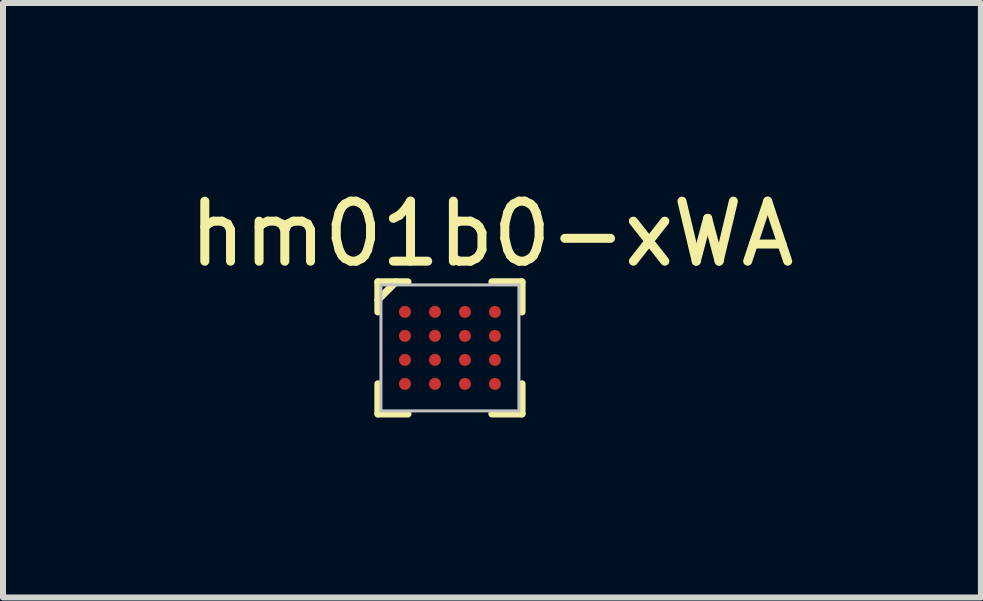
<source format=kicad_pcb>
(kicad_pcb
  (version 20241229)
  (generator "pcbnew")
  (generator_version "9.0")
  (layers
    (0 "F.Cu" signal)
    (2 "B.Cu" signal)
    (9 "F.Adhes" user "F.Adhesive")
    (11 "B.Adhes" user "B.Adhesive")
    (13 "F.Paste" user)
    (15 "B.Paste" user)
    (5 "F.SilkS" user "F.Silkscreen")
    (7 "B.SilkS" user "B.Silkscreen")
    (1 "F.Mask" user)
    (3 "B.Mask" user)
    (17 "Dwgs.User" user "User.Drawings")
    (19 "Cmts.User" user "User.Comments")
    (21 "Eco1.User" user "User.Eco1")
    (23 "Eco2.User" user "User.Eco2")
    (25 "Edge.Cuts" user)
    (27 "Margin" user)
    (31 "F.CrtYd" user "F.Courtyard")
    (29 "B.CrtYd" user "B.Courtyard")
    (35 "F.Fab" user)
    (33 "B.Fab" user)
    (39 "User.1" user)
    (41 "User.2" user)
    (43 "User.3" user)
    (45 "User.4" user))
  (footprint "hm01b0-xWA"
    (layer "F.Cu")
    (at 4.449 2.748)
    (property "Reference" "hm01b0-xWA" (at 0.7 -1.9 0) (unlocked yes) (layer "F.SilkS") (effects (font (size 1 1) (thickness 0.15))))
    (attr smd)
    (fp_line (start -1.2 -1.1) (end -0.7 -1.1) (stroke (width 0.12) (type solid)) (layer "F.SilkS"))
    (fp_line (start -1.2 -0.8) (end -0.9 -1.1) (stroke (width 0.12) (type solid)) (layer "F.SilkS"))
    (fp_line (start -1.2 -0.6) (end -1.2 -1.1) (stroke (width 0.12) (type solid)) (layer "F.SilkS"))
    (fp_line (start -1.2 0.6) (end -1.2 1.1) (stroke (width 0.12) (type solid)) (layer "F.SilkS"))
    (fp_line (start -1.2 1.1) (end -0.7 1.1) (stroke (width 0.12) (type solid)) (layer "F.SilkS"))
    (fp_line (start 0.7 -1.1) (end 1.2 -1.1) (stroke (width 0.12) (type solid)) (layer "F.SilkS"))
    (fp_line (start 0.7 1.1) (end 1.2 1.1) (stroke (width 0.12) (type solid)) (layer "F.SilkS"))
    (fp_line (start 1.2 -0.6) (end 1.2 -1.1) (stroke (width 0.12) (type solid)) (layer "F.SilkS"))
    (fp_line (start 1.2 1.1) (end 1.2 0.6) (stroke (width 0.12) (type solid)) (layer "F.SilkS"))
    (fp_line (start -1.15 -1.05) (end -1.15 1.05) (stroke (width 0.05) (type solid)) (layer "Dwgs.User"))
    (fp_line (start -1.15 1.05) (end 1.15 1.05) (stroke (width 0.05) (type solid)) (layer "Dwgs.User"))
    (fp_line (start 1.15 -1.05) (end -1.15 -1.05) (stroke (width 0.05) (type solid)) (layer "Dwgs.User"))
    (fp_line (start 1.15 1.05) (end 1.15 -1.05) (stroke (width 0.05) (type solid)) (layer "Dwgs.User"))
    (pad "A1" smd circle (at -0.75 -0.6) (size 0.2 0.2) (layers "F.Cu" "F.Mask" "F.Paste"))
    (pad "A2" smd circle (at -0.25 -0.6) (size 0.2 0.2) (layers "F.Cu" "F.Mask" "F.Paste"))
    (pad "A3" smd circle (at 0.25 -0.6) (size 0.2 0.2) (layers "F.Cu" "F.Mask" "F.Paste"))
    (pad "A4" smd circle (at 0.75 -0.6) (size 0.2 0.2) (layers "F.Cu" "F.Mask" "F.Paste"))
    (pad "B1" smd circle (at -0.75 -0.2) (size 0.2 0.2) (layers "F.Cu" "F.Mask" "F.Paste"))
    (pad "B2" smd circle (at -0.25 -0.2) (size 0.2 0.2) (layers "F.Cu" "F.Mask" "F.Paste"))
    (pad "B3" smd circle (at 0.25 -0.2) (size 0.2 0.2) (layers "F.Cu" "F.Mask" "F.Paste"))
    (pad "B4" smd circle (at 0.75 -0.2) (size 0.2 0.2) (layers "F.Cu" "F.Mask" "F.Paste"))
    (pad "C1" smd circle (at -0.75 0.2) (size 0.2 0.2) (layers "F.Cu" "F.Mask" "F.Paste"))
    (pad "C2" smd circle (at -0.25 0.2) (size 0.2 0.2) (layers "F.Cu" "F.Mask" "F.Paste"))
    (pad "C3" smd circle (at 0.25 0.2) (size 0.2 0.2) (layers "F.Cu" "F.Mask" "F.Paste"))
    (pad "C4" smd circle (at 0.75 0.2) (size 0.2 0.2) (layers "F.Cu" "F.Mask" "F.Paste"))
    (pad "D1" smd circle (at -0.75 0.6) (size 0.2 0.2) (layers "F.Cu" "F.Mask" "F.Paste"))
    (pad "D2" smd circle (at -0.25 0.6) (size 0.2 0.2) (layers "F.Cu" "F.Mask" "F.Paste"))
    (pad "D3" smd circle (at 0.25 0.6) (size 0.2 0.2) (layers "F.Cu" "F.Mask" "F.Paste"))
    (pad "D4" smd circle (at 0.75 0.6) (size 0.2 0.2) (layers "F.Cu" "F.Mask" "F.Paste")))
  (gr_rect
    (start -3 -3)
    (end 13.298 6.908)
    (stroke (width 0.1) (type default))
    (fill no)
    (layer "Edge.Cuts")))
</source>
